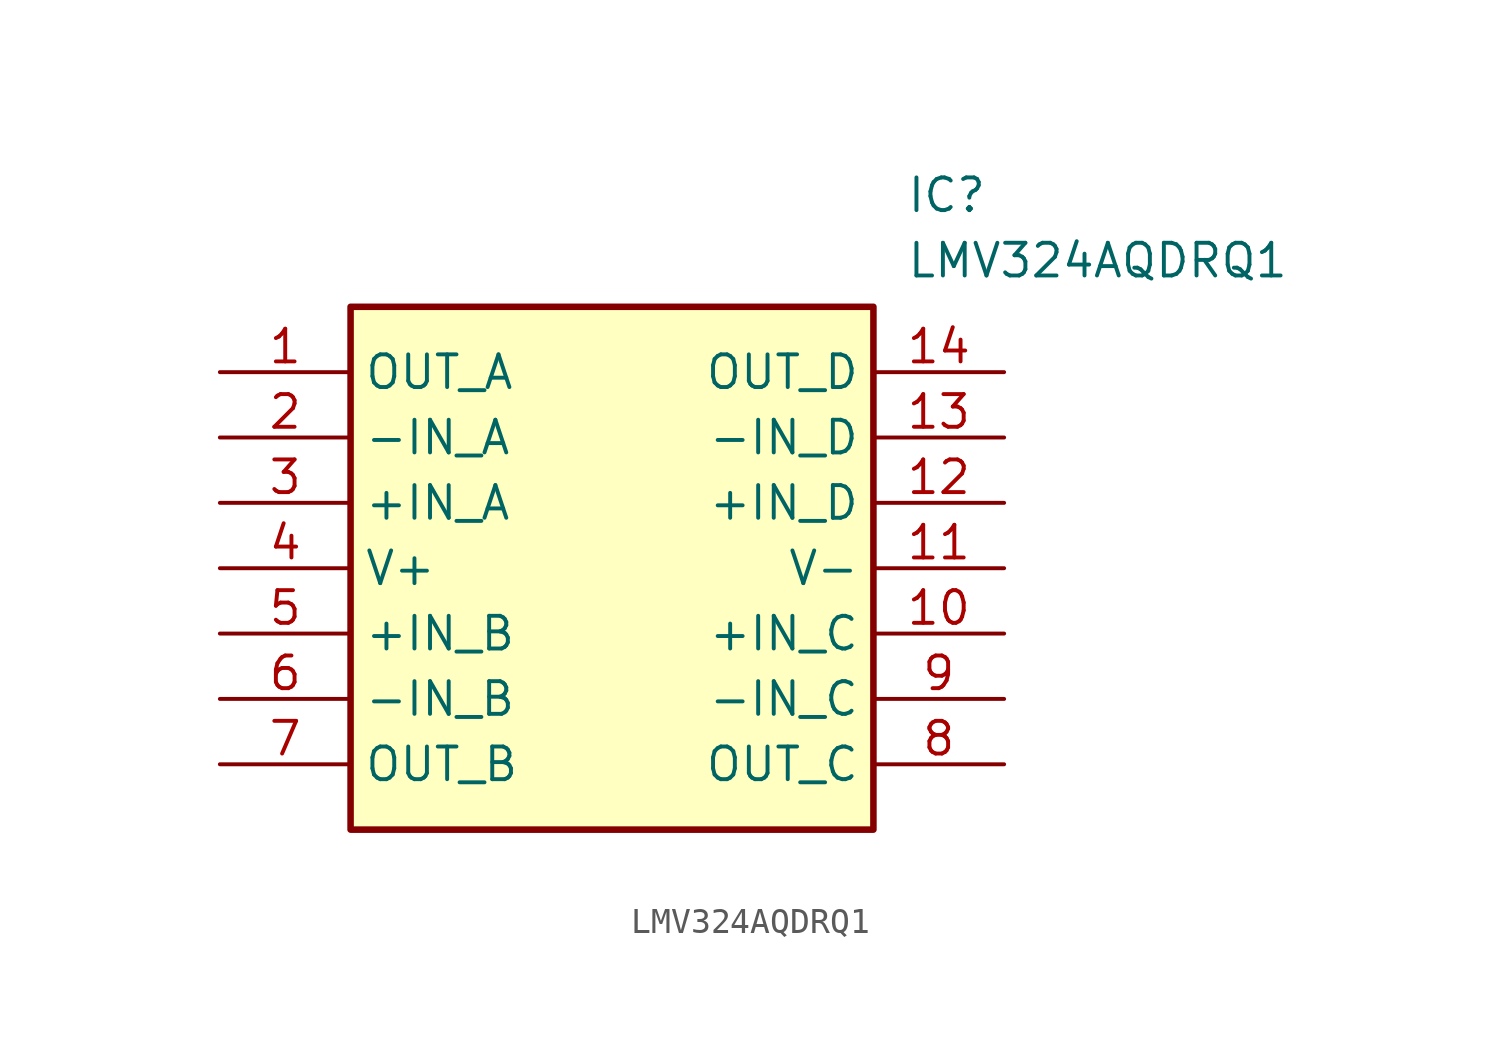
<source format=kicad_sym>
(kicad_symbol_lib
  (version 20211014)
  (generator SamacSys_ECAD_Model)
  (symbol "LMV324AQDRQ1"
    (property "Reference" "IC"
      (at 26.67 7.62 0)
      (effects (font (size 1.27 1.27)) (justify left top)))
    (property "Value" "LMV324AQDRQ1"
      (at 26.67 5.08 0)
      (effects (font (size 1.27 1.27)) (justify left top)))
    (rectangle
      (start 5.08 2.54)
      (end 25.4 -17.78)
      (stroke (width 0.254) (type default))
      (fill (type background)))
    (pin passive line
      (at 0 0 0)
      (length 5.08)
      (name "OUT_A" (effects (font (size 1.27 1.27))))
      (number "1" (effects (font (size 1.27 1.27)))))
    (pin passive line
      (at 0 -2.54 0)
      (length 5.08)
      (name "-IN_A" (effects (font (size 1.27 1.27))))
      (number "2" (effects (font (size 1.27 1.27)))))
    (pin passive line
      (at 0 -5.08 0)
      (length 5.08)
      (name "+IN_A" (effects (font (size 1.27 1.27))))
      (number "3" (effects (font (size 1.27 1.27)))))
    (pin passive line
      (at 0 -7.62 0)
      (length 5.08)
      (name "V+" (effects (font (size 1.27 1.27))))
      (number "4" (effects (font (size 1.27 1.27)))))
    (pin passive line
      (at 0 -10.16 0)
      (length 5.08)
      (name "+IN_B" (effects (font (size 1.27 1.27))))
      (number "5" (effects (font (size 1.27 1.27)))))
    (pin passive line
      (at 0 -12.7 0)
      (length 5.08)
      (name "-IN_B" (effects (font (size 1.27 1.27))))
      (number "6" (effects (font (size 1.27 1.27)))))
    (pin passive line
      (at 0 -15.24 0)
      (length 5.08)
      (name "OUT_B" (effects (font (size 1.27 1.27))))
      (number "7" (effects (font (size 1.27 1.27)))))
    (pin passive line
      (at 30.48 0 180)
      (length 5.08)
      (name "OUT_D" (effects (font (size 1.27 1.27))))
      (number "14" (effects (font (size 1.27 1.27)))))
    (pin passive line
      (at 30.48 -2.54 180)
      (length 5.08)
      (name "-IN_D" (effects (font (size 1.27 1.27))))
      (number "13" (effects (font (size 1.27 1.27)))))
    (pin passive line
      (at 30.48 -5.08 180)
      (length 5.08)
      (name "+IN_D" (effects (font (size 1.27 1.27))))
      (number "12" (effects (font (size 1.27 1.27)))))
    (pin passive line
      (at 30.48 -7.62 180)
      (length 5.08)
      (name "V-" (effects (font (size 1.27 1.27))))
      (number "11" (effects (font (size 1.27 1.27)))))
    (pin passive line
      (at 30.48 -10.16 180)
      (length 5.08)
      (name "+IN_C" (effects (font (size 1.27 1.27))))
      (number "10" (effects (font (size 1.27 1.27)))))
    (pin passive line
      (at 30.48 -12.7 180)
      (length 5.08)
      (name "-IN_C" (effects (font (size 1.27 1.27))))
      (number "9" (effects (font (size 1.27 1.27)))))
    (pin passive line
      (at 30.48 -15.24 180)
      (length 5.08)
      (name "OUT_C" (effects (font (size 1.27 1.27))))
      (number "8" (effects (font (size 1.27 1.27)))))))
</source>
